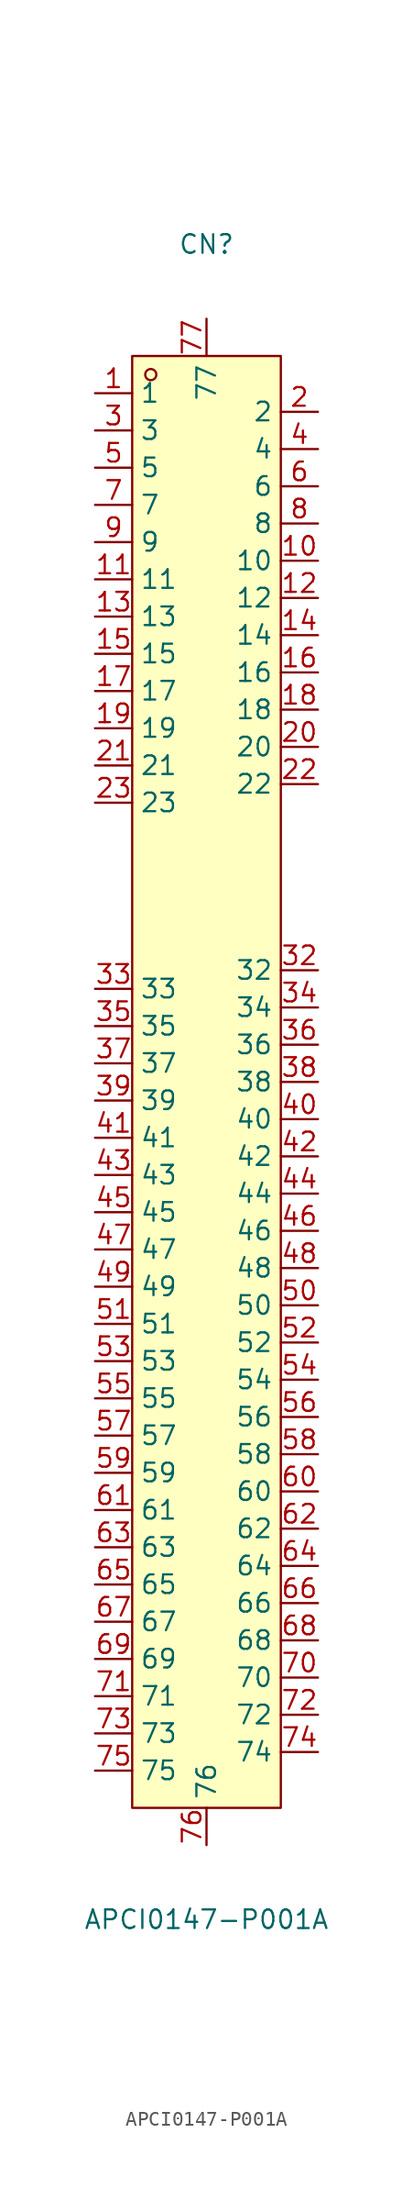
<source format=kicad_sym>
(kicad_symbol_lib
  (version 20211014)
  (generator https://github.com/uPesy/easyeda2kicad.py)
  (symbol "APCI0147-P001A"
    (property "Reference" "CN"
      (at 0 53.34 0)
      (effects (font (size 1.27 1.27))))
    (property "Value" "APCI0147-P001A"
      (at 0 -60.96 0)
      (effects (font (size 1.27 1.27))))
    (symbol "APCI0147-P001A_0_1"
      (rectangle (start -5.08 45.72) (end 5.08 -53.34) (stroke (width 0) (type default) (color 0 0 0 0)) (fill (type background)))
      (circle (center -3.81 44.45) (radius 0.38) (stroke (width 0) (type default) (color 0 0 0 0)) (fill (type none)))
      (pin unspecified line (at 0.00 48.26 270) (length 2.54) (name "77" (effects (font (size 1.27 1.27)))) (number "77" (effects (font (size 1.27 1.27)))))
      (pin unspecified line (at 7.62 41.91 180) (length 2.54) (name "2" (effects (font (size 1.27 1.27)))) (number "2" (effects (font (size 1.27 1.27)))))
      (pin unspecified line (at -7.62 -50.80 0) (length 2.54) (name "75" (effects (font (size 1.27 1.27)))) (number "75" (effects (font (size 1.27 1.27)))))
      (pin unspecified line (at 7.62 39.37 180) (length 2.54) (name "4" (effects (font (size 1.27 1.27)))) (number "4" (effects (font (size 1.27 1.27)))))
      (pin unspecified line (at -7.62 -48.26 0) (length 2.54) (name "73" (effects (font (size 1.27 1.27)))) (number "73" (effects (font (size 1.27 1.27)))))
      (pin unspecified line (at 7.62 36.83 180) (length 2.54) (name "6" (effects (font (size 1.27 1.27)))) (number "6" (effects (font (size 1.27 1.27)))))
      (pin unspecified line (at -7.62 -45.72 0) (length 2.54) (name "71" (effects (font (size 1.27 1.27)))) (number "71" (effects (font (size 1.27 1.27)))))
      (pin unspecified line (at -7.62 -43.18 0) (length 2.54) (name "69" (effects (font (size 1.27 1.27)))) (number "69" (effects (font (size 1.27 1.27)))))
      (pin unspecified line (at -7.62 -40.64 0) (length 2.54) (name "67" (effects (font (size 1.27 1.27)))) (number "67" (effects (font (size 1.27 1.27)))))
      (pin unspecified line (at -7.62 -38.10 0) (length 2.54) (name "65" (effects (font (size 1.27 1.27)))) (number "65" (effects (font (size 1.27 1.27)))))
      (pin unspecified line (at -7.62 -35.56 0) (length 2.54) (name "63" (effects (font (size 1.27 1.27)))) (number "63" (effects (font (size 1.27 1.27)))))
      (pin unspecified line (at 7.62 34.29 180) (length 2.54) (name "8" (effects (font (size 1.27 1.27)))) (number "8" (effects (font (size 1.27 1.27)))))
      (pin unspecified line (at -7.62 -33.02 0) (length 2.54) (name "61" (effects (font (size 1.27 1.27)))) (number "61" (effects (font (size 1.27 1.27)))))
      (pin unspecified line (at 7.62 31.75 180) (length 2.54) (name "10" (effects (font (size 1.27 1.27)))) (number "10" (effects (font (size 1.27 1.27)))))
      (pin unspecified line (at -7.62 -30.48 0) (length 2.54) (name "59" (effects (font (size 1.27 1.27)))) (number "59" (effects (font (size 1.27 1.27)))))
      (pin unspecified line (at 7.62 19.05 180) (length 2.54) (name "20" (effects (font (size 1.27 1.27)))) (number "20" (effects (font (size 1.27 1.27)))))
      (pin unspecified line (at -7.62 -27.94 0) (length 2.54) (name "57" (effects (font (size 1.27 1.27)))) (number "57" (effects (font (size 1.27 1.27)))))
      (pin unspecified line (at 7.62 16.51 180) (length 2.54) (name "22" (effects (font (size 1.27 1.27)))) (number "22" (effects (font (size 1.27 1.27)))))
      (pin unspecified line (at -7.62 -25.40 0) (length 2.54) (name "55" (effects (font (size 1.27 1.27)))) (number "55" (effects (font (size 1.27 1.27)))))
      (pin unspecified line (at 7.62 -6.35 180) (length 2.54) (name "40" (effects (font (size 1.27 1.27)))) (number "40" (effects (font (size 1.27 1.27)))))
      (pin unspecified line (at -7.62 -22.86 0) (length 2.54) (name "53" (effects (font (size 1.27 1.27)))) (number "53" (effects (font (size 1.27 1.27)))))
      (pin unspecified line (at 7.62 -8.89 180) (length 2.54) (name "42" (effects (font (size 1.27 1.27)))) (number "42" (effects (font (size 1.27 1.27)))))
      (pin unspecified line (at -7.62 -20.32 0) (length 2.54) (name "51" (effects (font (size 1.27 1.27)))) (number "51" (effects (font (size 1.27 1.27)))))
      (pin unspecified line (at 7.62 -11.43 180) (length 2.54) (name "44" (effects (font (size 1.27 1.27)))) (number "44" (effects (font (size 1.27 1.27)))))
      (pin unspecified line (at -7.62 -17.78 0) (length 2.54) (name "49" (effects (font (size 1.27 1.27)))) (number "49" (effects (font (size 1.27 1.27)))))
      (pin unspecified line (at 7.62 -13.97 180) (length 2.54) (name "46" (effects (font (size 1.27 1.27)))) (number "46" (effects (font (size 1.27 1.27)))))
      (pin unspecified line (at -7.62 -15.24 0) (length 2.54) (name "47" (effects (font (size 1.27 1.27)))) (number "47" (effects (font (size 1.27 1.27)))))
      (pin unspecified line (at 7.62 3.81 180) (length 2.54) (name "32" (effects (font (size 1.27 1.27)))) (number "32" (effects (font (size 1.27 1.27)))))
      (pin unspecified line (at -7.62 20.32 0) (length 2.54) (name "19" (effects (font (size 1.27 1.27)))) (number "19" (effects (font (size 1.27 1.27)))))
      (pin unspecified line (at 7.62 1.27 180) (length 2.54) (name "34" (effects (font (size 1.27 1.27)))) (number "34" (effects (font (size 1.27 1.27)))))
      (pin unspecified line (at -7.62 22.86 0) (length 2.54) (name "17" (effects (font (size 1.27 1.27)))) (number "17" (effects (font (size 1.27 1.27)))))
      (pin unspecified line (at 7.62 -1.27 180) (length 2.54) (name "36" (effects (font (size 1.27 1.27)))) (number "36" (effects (font (size 1.27 1.27)))))
      (pin unspecified line (at -7.62 25.40 0) (length 2.54) (name "15" (effects (font (size 1.27 1.27)))) (number "15" (effects (font (size 1.27 1.27)))))
      (pin unspecified line (at 7.62 -3.81 180) (length 2.54) (name "38" (effects (font (size 1.27 1.27)))) (number "38" (effects (font (size 1.27 1.27)))))
      (pin unspecified line (at -7.62 27.94 0) (length 2.54) (name "13" (effects (font (size 1.27 1.27)))) (number "13" (effects (font (size 1.27 1.27)))))
      (pin unspecified line (at 7.62 29.21 180) (length 2.54) (name "12" (effects (font (size 1.27 1.27)))) (number "12" (effects (font (size 1.27 1.27)))))
      (pin unspecified line (at -7.62 -2.54 0) (length 2.54) (name "37" (effects (font (size 1.27 1.27)))) (number "37" (effects (font (size 1.27 1.27)))))
      (pin unspecified line (at 7.62 26.67 180) (length 2.54) (name "14" (effects (font (size 1.27 1.27)))) (number "14" (effects (font (size 1.27 1.27)))))
      (pin unspecified line (at -7.62 -0.00 0) (length 2.54) (name "35" (effects (font (size 1.27 1.27)))) (number "35" (effects (font (size 1.27 1.27)))))
      (pin unspecified line (at 7.62 24.13 180) (length 2.54) (name "16" (effects (font (size 1.27 1.27)))) (number "16" (effects (font (size 1.27 1.27)))))
      (pin unspecified line (at -7.62 2.54 0) (length 2.54) (name "33" (effects (font (size 1.27 1.27)))) (number "33" (effects (font (size 1.27 1.27)))))
      (pin unspecified line (at 7.62 21.59 180) (length 2.54) (name "18" (effects (font (size 1.27 1.27)))) (number "18" (effects (font (size 1.27 1.27)))))
      (pin unspecified line (at -7.62 -12.70 0) (length 2.54) (name "45" (effects (font (size 1.27 1.27)))) (number "45" (effects (font (size 1.27 1.27)))))
      (pin unspecified line (at 7.62 -16.51 180) (length 2.54) (name "48" (effects (font (size 1.27 1.27)))) (number "48" (effects (font (size 1.27 1.27)))))
      (pin unspecified line (at -7.62 -10.16 0) (length 2.54) (name "43" (effects (font (size 1.27 1.27)))) (number "43" (effects (font (size 1.27 1.27)))))
      (pin unspecified line (at 7.62 -19.05 180) (length 2.54) (name "50" (effects (font (size 1.27 1.27)))) (number "50" (effects (font (size 1.27 1.27)))))
      (pin unspecified line (at -7.62 -7.62 0) (length 2.54) (name "41" (effects (font (size 1.27 1.27)))) (number "41" (effects (font (size 1.27 1.27)))))
      (pin unspecified line (at 7.62 -21.59 180) (length 2.54) (name "52" (effects (font (size 1.27 1.27)))) (number "52" (effects (font (size 1.27 1.27)))))
      (pin unspecified line (at -7.62 -5.08 0) (length 2.54) (name "39" (effects (font (size 1.27 1.27)))) (number "39" (effects (font (size 1.27 1.27)))))
      (pin unspecified line (at 7.62 -24.13 180) (length 2.54) (name "54" (effects (font (size 1.27 1.27)))) (number "54" (effects (font (size 1.27 1.27)))))
      (pin unspecified line (at -7.62 15.24 0) (length 2.54) (name "23" (effects (font (size 1.27 1.27)))) (number "23" (effects (font (size 1.27 1.27)))))
      (pin unspecified line (at 7.62 -26.67 180) (length 2.54) (name "56" (effects (font (size 1.27 1.27)))) (number "56" (effects (font (size 1.27 1.27)))))
      (pin unspecified line (at -7.62 17.78 0) (length 2.54) (name "21" (effects (font (size 1.27 1.27)))) (number "21" (effects (font (size 1.27 1.27)))))
      (pin unspecified line (at 7.62 -29.21 180) (length 2.54) (name "58" (effects (font (size 1.27 1.27)))) (number "58" (effects (font (size 1.27 1.27)))))
      (pin unspecified line (at -7.62 30.48 0) (length 2.54) (name "11" (effects (font (size 1.27 1.27)))) (number "11" (effects (font (size 1.27 1.27)))))
      (pin unspecified line (at 7.62 -31.75 180) (length 2.54) (name "60" (effects (font (size 1.27 1.27)))) (number "60" (effects (font (size 1.27 1.27)))))
      (pin unspecified line (at -7.62 33.02 0) (length 2.54) (name "9" (effects (font (size 1.27 1.27)))) (number "9" (effects (font (size 1.27 1.27)))))
      (pin unspecified line (at 7.62 -34.29 180) (length 2.54) (name "62" (effects (font (size 1.27 1.27)))) (number "62" (effects (font (size 1.27 1.27)))))
      (pin unspecified line (at 7.62 -36.83 180) (length 2.54) (name "64" (effects (font (size 1.27 1.27)))) (number "64" (effects (font (size 1.27 1.27)))))
      (pin unspecified line (at 7.62 -39.37 180) (length 2.54) (name "66" (effects (font (size 1.27 1.27)))) (number "66" (effects (font (size 1.27 1.27)))))
      (pin unspecified line (at 7.62 -41.91 180) (length 2.54) (name "68" (effects (font (size 1.27 1.27)))) (number "68" (effects (font (size 1.27 1.27)))))
      (pin unspecified line (at 7.62 -44.45 180) (length 2.54) (name "70" (effects (font (size 1.27 1.27)))) (number "70" (effects (font (size 1.27 1.27)))))
      (pin unspecified line (at -7.62 35.56 0) (length 2.54) (name "7" (effects (font (size 1.27 1.27)))) (number "7" (effects (font (size 1.27 1.27)))))
      (pin unspecified line (at 7.62 -46.99 180) (length 2.54) (name "72" (effects (font (size 1.27 1.27)))) (number "72" (effects (font (size 1.27 1.27)))))
      (pin unspecified line (at -7.62 38.10 0) (length 2.54) (name "5" (effects (font (size 1.27 1.27)))) (number "5" (effects (font (size 1.27 1.27)))))
      (pin unspecified line (at 7.62 -49.53 180) (length 2.54) (name "74" (effects (font (size 1.27 1.27)))) (number "74" (effects (font (size 1.27 1.27)))))
      (pin unspecified line (at -7.62 40.64 0) (length 2.54) (name "3" (effects (font (size 1.27 1.27)))) (number "3" (effects (font (size 1.27 1.27)))))
      (pin unspecified line (at 0.00 -55.88 90) (length 2.54) (name "76" (effects (font (size 1.27 1.27)))) (number "76" (effects (font (size 1.27 1.27)))))
      (pin unspecified line (at -7.62 43.18 0) (length 2.54) (name "1" (effects (font (size 1.27 1.27)))) (number "1" (effects (font (size 1.27 1.27))))))))
</source>
